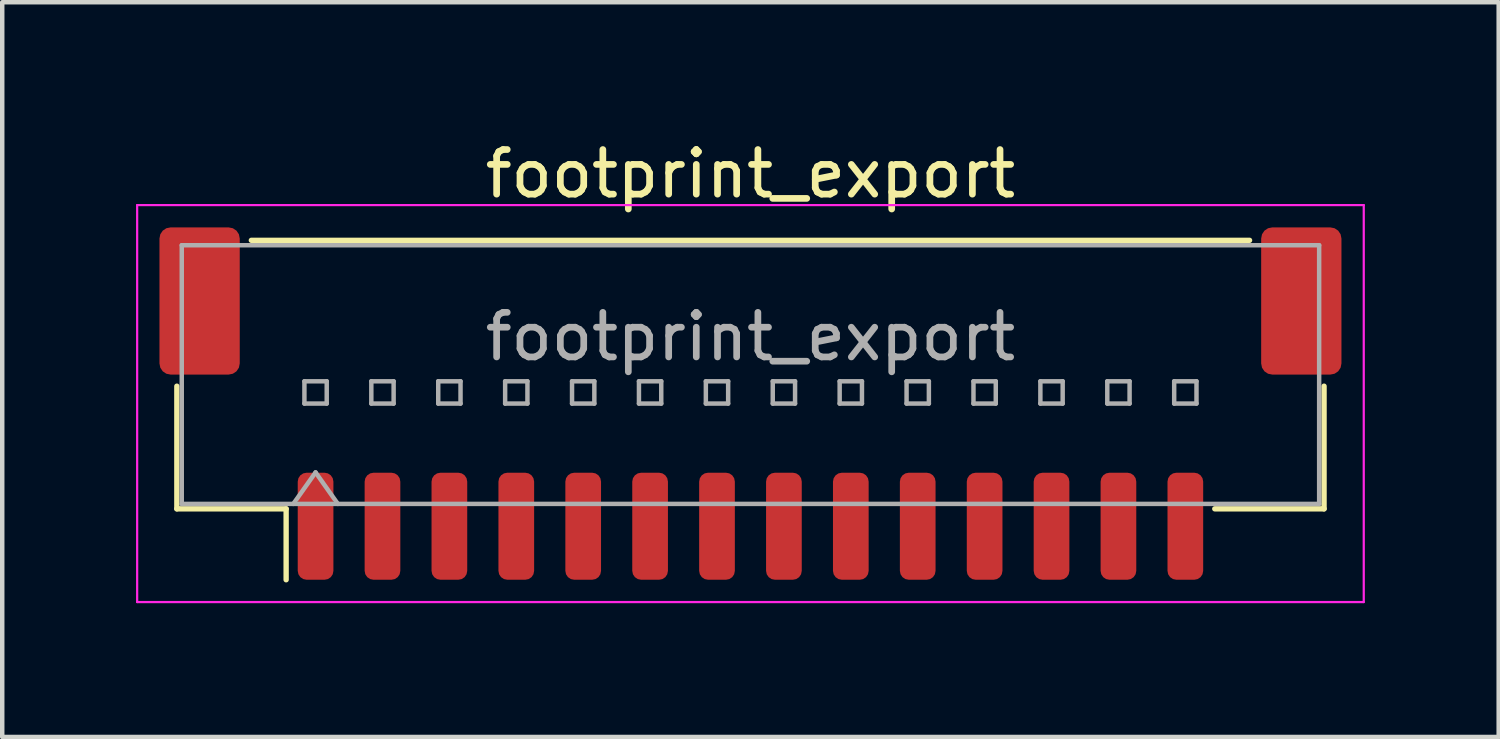
<source format=kicad_pcb>
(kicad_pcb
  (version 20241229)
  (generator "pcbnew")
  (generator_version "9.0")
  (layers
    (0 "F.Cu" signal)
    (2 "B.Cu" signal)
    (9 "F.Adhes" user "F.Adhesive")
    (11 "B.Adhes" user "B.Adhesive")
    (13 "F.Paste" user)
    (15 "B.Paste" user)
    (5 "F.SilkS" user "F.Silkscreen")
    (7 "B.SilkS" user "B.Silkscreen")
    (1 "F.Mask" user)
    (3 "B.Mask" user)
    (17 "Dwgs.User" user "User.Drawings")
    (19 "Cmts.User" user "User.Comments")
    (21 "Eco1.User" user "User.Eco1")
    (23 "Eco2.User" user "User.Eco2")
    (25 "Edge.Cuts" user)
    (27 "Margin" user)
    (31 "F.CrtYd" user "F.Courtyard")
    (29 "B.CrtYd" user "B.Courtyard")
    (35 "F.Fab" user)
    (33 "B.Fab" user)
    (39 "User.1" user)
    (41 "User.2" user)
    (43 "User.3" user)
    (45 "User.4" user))
  (footprint "footprint_export"
    (layer "F.Cu")
    (at 13.775 5.998)
    (property "Reference" "footprint_export" (at 0 -5.15 0) (layer "F.SilkS") (effects (font (size 1 1) (thickness 0.15))))
    (attr smd)
    (fp_line (start -12.86 -0.39) (end -12.86 2.36) (stroke (width 0.12) (type solid)) (layer "F.SilkS"))
    (fp_line (start -12.86 2.36) (end -10.41 2.36) (stroke (width 0.12) (type solid)) (layer "F.SilkS"))
    (fp_line (start -11.19 -3.66) (end 11.19 -3.66) (stroke (width 0.12) (type solid)) (layer "F.SilkS"))
    (fp_line (start -10.41 2.36) (end -10.41 3.95) (stroke (width 0.12) (type solid)) (layer "F.SilkS"))
    (fp_line (start 12.86 -0.39) (end 12.86 2.36) (stroke (width 0.12) (type solid)) (layer "F.SilkS"))
    (fp_line (start 12.86 2.36) (end 10.41 2.36) (stroke (width 0.12) (type solid)) (layer "F.SilkS"))
    (fp_line (start -13.75 -4.45) (end -13.75 4.45) (stroke (width 0.05) (type solid)) (layer "F.CrtYd"))
    (fp_line (start -13.75 4.45) (end 13.75 4.45) (stroke (width 0.05) (type solid)) (layer "F.CrtYd"))
    (fp_line (start 13.75 -4.45) (end -13.75 -4.45) (stroke (width 0.05) (type solid)) (layer "F.CrtYd"))
    (fp_line (start 13.75 4.45) (end 13.75 -4.45) (stroke (width 0.05) (type solid)) (layer "F.CrtYd"))
    (fp_line (start -12.75 -3.55) (end 12.75 -3.55) (stroke (width 0.1) (type solid)) (layer "F.Fab"))
    (fp_line (start -12.75 2.25) (end -12.75 -3.55) (stroke (width 0.1) (type solid)) (layer "F.Fab"))
    (fp_line (start -12.75 2.25) (end 12.75 2.25) (stroke (width 0.1) (type solid)) (layer "F.Fab"))
    (fp_line (start -10.25 2.25) (end -9.75 1.543) (stroke (width 0.1) (type solid)) (layer "F.Fab"))
    (fp_line (start -10 -0.5) (end -10 0) (stroke (width 0.1) (type solid)) (layer "F.Fab"))
    (fp_line (start -10 0) (end -9.5 0) (stroke (width 0.1) (type solid)) (layer "F.Fab"))
    (fp_line (start -9.75 1.543) (end -9.25 2.25) (stroke (width 0.1) (type solid)) (layer "F.Fab"))
    (fp_line (start -9.5 -0.5) (end -10 -0.5) (stroke (width 0.1) (type solid)) (layer "F.Fab"))
    (fp_line (start -9.5 0) (end -9.5 -0.5) (stroke (width 0.1) (type solid)) (layer "F.Fab"))
    (fp_line (start -8.5 -0.5) (end -8.5 0) (stroke (width 0.1) (type solid)) (layer "F.Fab"))
    (fp_line (start -8.5 0) (end -8 0) (stroke (width 0.1) (type solid)) (layer "F.Fab"))
    (fp_line (start -8 -0.5) (end -8.5 -0.5) (stroke (width 0.1) (type solid)) (layer "F.Fab"))
    (fp_line (start -8 0) (end -8 -0.5) (stroke (width 0.1) (type solid)) (layer "F.Fab"))
    (fp_line (start -7 -0.5) (end -7 0) (stroke (width 0.1) (type solid)) (layer "F.Fab"))
    (fp_line (start -7 0) (end -6.5 0) (stroke (width 0.1) (type solid)) (layer "F.Fab"))
    (fp_line (start -6.5 -0.5) (end -7 -0.5) (stroke (width 0.1) (type solid)) (layer "F.Fab"))
    (fp_line (start -6.5 0) (end -6.5 -0.5) (stroke (width 0.1) (type solid)) (layer "F.Fab"))
    (fp_line (start -5.5 -0.5) (end -5.5 0) (stroke (width 0.1) (type solid)) (layer "F.Fab"))
    (fp_line (start -5.5 0) (end -5 0) (stroke (width 0.1) (type solid)) (layer "F.Fab"))
    (fp_line (start -5 -0.5) (end -5.5 -0.5) (stroke (width 0.1) (type solid)) (layer "F.Fab"))
    (fp_line (start -5 0) (end -5 -0.5) (stroke (width 0.1) (type solid)) (layer "F.Fab"))
    (fp_line (start -4 -0.5) (end -4 0) (stroke (width 0.1) (type solid)) (layer "F.Fab"))
    (fp_line (start -4 0) (end -3.5 0) (stroke (width 0.1) (type solid)) (layer "F.Fab"))
    (fp_line (start -3.5 -0.5) (end -4 -0.5) (stroke (width 0.1) (type solid)) (layer "F.Fab"))
    (fp_line (start -3.5 0) (end -3.5 -0.5) (stroke (width 0.1) (type solid)) (layer "F.Fab"))
    (fp_line (start -2.5 -0.5) (end -2.5 0) (stroke (width 0.1) (type solid)) (layer "F.Fab"))
    (fp_line (start -2.5 0) (end -2 0) (stroke (width 0.1) (type solid)) (layer "F.Fab"))
    (fp_line (start -2 -0.5) (end -2.5 -0.5) (stroke (width 0.1) (type solid)) (layer "F.Fab"))
    (fp_line (start -2 0) (end -2 -0.5) (stroke (width 0.1) (type solid)) (layer "F.Fab"))
    (fp_line (start -1 -0.5) (end -1 0) (stroke (width 0.1) (type solid)) (layer "F.Fab"))
    (fp_line (start -1 0) (end -0.5 0) (stroke (width 0.1) (type solid)) (layer "F.Fab"))
    (fp_line (start -0.5 -0.5) (end -1 -0.5) (stroke (width 0.1) (type solid)) (layer "F.Fab"))
    (fp_line (start -0.5 0) (end -0.5 -0.5) (stroke (width 0.1) (type solid)) (layer "F.Fab"))
    (fp_line (start 0.5 -0.5) (end 0.5 0) (stroke (width 0.1) (type solid)) (layer "F.Fab"))
    (fp_line (start 0.5 0) (end 1 0) (stroke (width 0.1) (type solid)) (layer "F.Fab"))
    (fp_line (start 1 -0.5) (end 0.5 -0.5) (stroke (width 0.1) (type solid)) (layer "F.Fab"))
    (fp_line (start 1 0) (end 1 -0.5) (stroke (width 0.1) (type solid)) (layer "F.Fab"))
    (fp_line (start 2 -0.5) (end 2 0) (stroke (width 0.1) (type solid)) (layer "F.Fab"))
    (fp_line (start 2 0) (end 2.5 0) (stroke (width 0.1) (type solid)) (layer "F.Fab"))
    (fp_line (start 2.5 -0.5) (end 2 -0.5) (stroke (width 0.1) (type solid)) (layer "F.Fab"))
    (fp_line (start 2.5 0) (end 2.5 -0.5) (stroke (width 0.1) (type solid)) (layer "F.Fab"))
    (fp_line (start 3.5 -0.5) (end 3.5 0) (stroke (width 0.1) (type solid)) (layer "F.Fab"))
    (fp_line (start 3.5 0) (end 4 0) (stroke (width 0.1) (type solid)) (layer "F.Fab"))
    (fp_line (start 4 -0.5) (end 3.5 -0.5) (stroke (width 0.1) (type solid)) (layer "F.Fab"))
    (fp_line (start 4 0) (end 4 -0.5) (stroke (width 0.1) (type solid)) (layer "F.Fab"))
    (fp_line (start 5 -0.5) (end 5 0) (stroke (width 0.1) (type solid)) (layer "F.Fab"))
    (fp_line (start 5 0) (end 5.5 0) (stroke (width 0.1) (type solid)) (layer "F.Fab"))
    (fp_line (start 5.5 -0.5) (end 5 -0.5) (stroke (width 0.1) (type solid)) (layer "F.Fab"))
    (fp_line (start 5.5 0) (end 5.5 -0.5) (stroke (width 0.1) (type solid)) (layer "F.Fab"))
    (fp_line (start 6.5 -0.5) (end 6.5 0) (stroke (width 0.1) (type solid)) (layer "F.Fab"))
    (fp_line (start 6.5 0) (end 7 0) (stroke (width 0.1) (type solid)) (layer "F.Fab"))
    (fp_line (start 7 -0.5) (end 6.5 -0.5) (stroke (width 0.1) (type solid)) (layer "F.Fab"))
    (fp_line (start 7 0) (end 7 -0.5) (stroke (width 0.1) (type solid)) (layer "F.Fab"))
    (fp_line (start 8 -0.5) (end 8 0) (stroke (width 0.1) (type solid)) (layer "F.Fab"))
    (fp_line (start 8 0) (end 8.5 0) (stroke (width 0.1) (type solid)) (layer "F.Fab"))
    (fp_line (start 8.5 -0.5) (end 8 -0.5) (stroke (width 0.1) (type solid)) (layer "F.Fab"))
    (fp_line (start 8.5 0) (end 8.5 -0.5) (stroke (width 0.1) (type solid)) (layer "F.Fab"))
    (fp_line (start 9.5 -0.5) (end 9.5 0) (stroke (width 0.1) (type solid)) (layer "F.Fab"))
    (fp_line (start 9.5 0) (end 10 0) (stroke (width 0.1) (type solid)) (layer "F.Fab"))
    (fp_line (start 10 -0.5) (end 9.5 -0.5) (stroke (width 0.1) (type solid)) (layer "F.Fab"))
    (fp_line (start 10 0) (end 10 -0.5) (stroke (width 0.1) (type solid)) (layer "F.Fab"))
    (fp_line (start 12.75 2.25) (end 12.75 -3.55) (stroke (width 0.1) (type solid)) (layer "F.Fab"))
    (fp_text user "${REFERENCE}" (at 0 -1.5 0) (layer "F.Fab") (effects (font (size 1 1) (thickness 0.15))))
    (pad "1" smd roundrect (at -9.75 2.75) (size 0.8 2.4) (layers "F.Cu" "F.Mask" "F.Paste") (roundrect_rratio 0.25))
    (pad "2" smd roundrect (at -8.25 2.75) (size 0.8 2.4) (layers "F.Cu" "F.Mask" "F.Paste") (roundrect_rratio 0.25))
    (pad "3" smd roundrect (at -6.75 2.75) (size 0.8 2.4) (layers "F.Cu" "F.Mask" "F.Paste") (roundrect_rratio 0.25))
    (pad "4" smd roundrect (at -5.25 2.75) (size 0.8 2.4) (layers "F.Cu" "F.Mask" "F.Paste") (roundrect_rratio 0.25))
    (pad "5" smd roundrect (at -3.75 2.75) (size 0.8 2.4) (layers "F.Cu" "F.Mask" "F.Paste") (roundrect_rratio 0.25))
    (pad "6" smd roundrect (at -2.25 2.75) (size 0.8 2.4) (layers "F.Cu" "F.Mask" "F.Paste") (roundrect_rratio 0.25))
    (pad "7" smd roundrect (at -0.75 2.75) (size 0.8 2.4) (layers "F.Cu" "F.Mask" "F.Paste") (roundrect_rratio 0.25))
    (pad "8" smd roundrect (at 0.75 2.75) (size 0.8 2.4) (layers "F.Cu" "F.Mask" "F.Paste") (roundrect_rratio 0.25))
    (pad "9" smd roundrect (at 2.25 2.75) (size 0.8 2.4) (layers "F.Cu" "F.Mask" "F.Paste") (roundrect_rratio 0.25))
    (pad "10" smd roundrect (at 3.75 2.75) (size 0.8 2.4) (layers "F.Cu" "F.Mask" "F.Paste") (roundrect_rratio 0.25))
    (pad "11" smd roundrect (at 5.25 2.75) (size 0.8 2.4) (layers "F.Cu" "F.Mask" "F.Paste") (roundrect_rratio 0.25))
    (pad "12" smd roundrect (at 6.75 2.75) (size 0.8 2.4) (layers "F.Cu" "F.Mask" "F.Paste") (roundrect_rratio 0.25))
    (pad "13" smd roundrect (at 8.25 2.75) (size 0.8 2.4) (layers "F.Cu" "F.Mask" "F.Paste") (roundrect_rratio 0.25))
    (pad "14" smd roundrect (at 9.75 2.75) (size 0.8 2.4) (layers "F.Cu" "F.Mask" "F.Paste") (roundrect_rratio 0.25))
    (pad "MP" smd roundrect (at -12.35 -2.3) (size 1.8 3.3) (layers "F.Cu" "F.Mask" "F.Paste") (roundrect_rratio 0.139))
    (pad "MP" smd roundrect (at 12.35 -2.3) (size 1.8 3.3) (layers "F.Cu" "F.Mask" "F.Paste") (roundrect_rratio 0.139)))
  (gr_rect
    (start -3 -3)
    (end 30.55 13.473)
    (stroke (width 0.1) (type default))
    (fill no)
    (layer "Edge.Cuts")))
</source>
